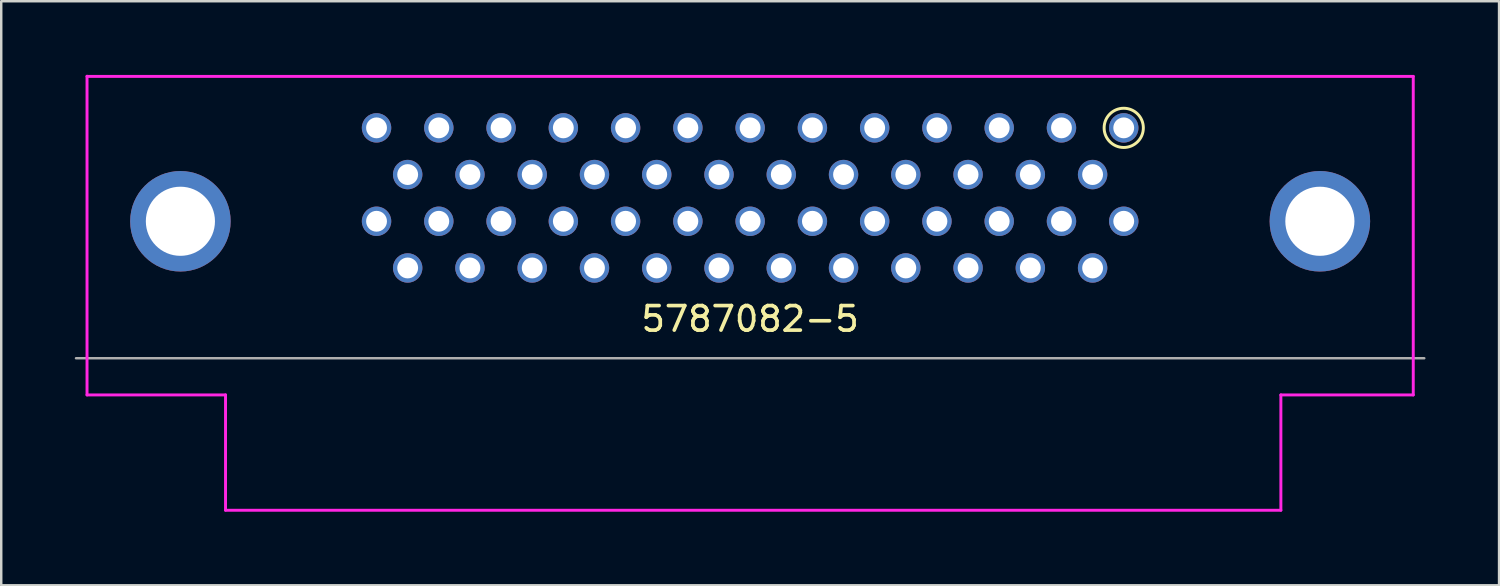
<source format=kicad_pcb>
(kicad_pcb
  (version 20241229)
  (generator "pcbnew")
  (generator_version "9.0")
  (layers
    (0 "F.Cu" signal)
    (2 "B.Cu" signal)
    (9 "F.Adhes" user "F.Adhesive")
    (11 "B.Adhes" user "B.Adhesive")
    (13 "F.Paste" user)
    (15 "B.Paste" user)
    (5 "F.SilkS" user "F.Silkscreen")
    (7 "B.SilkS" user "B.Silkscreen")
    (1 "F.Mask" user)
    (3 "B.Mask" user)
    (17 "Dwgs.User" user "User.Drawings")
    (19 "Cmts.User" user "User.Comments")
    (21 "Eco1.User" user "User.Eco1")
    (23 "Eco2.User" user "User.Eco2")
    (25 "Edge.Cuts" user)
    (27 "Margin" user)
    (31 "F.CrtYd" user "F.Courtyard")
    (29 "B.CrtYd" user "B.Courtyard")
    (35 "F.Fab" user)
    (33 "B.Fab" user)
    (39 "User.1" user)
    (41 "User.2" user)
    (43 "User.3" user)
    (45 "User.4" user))
  (footprint "5787082-5"
    (layer "F.Cu")
    (at 27.55 4.96)
    (property "Reference" "5787082-5" (at 0 5 0) (unlocked yes) (layer "F.SilkS") (effects (font (size 1 1) (thickness 0.15))))
    (attr through_hole)
    (fp_circle (center 15.24 -2.794) (end 14.44 -2.794) (stroke (width 0.12) (type default)) (fill no) (layer "F.SilkS"))
    (fp_line (start -27.05 -4.894) (end 27.05 -4.894) (stroke (width 0.12) (type default)) (layer "F.CrtYd"))
    (fp_line (start -27.05 8.1) (end -27.05 -4.9) (stroke (width 0.12) (type default)) (layer "F.CrtYd"))
    (fp_line (start -27.05 8.1) (end -21.4 8.1) (stroke (width 0.12) (type default)) (layer "F.CrtYd"))
    (fp_line (start -21.4 8.1) (end -21.4 12.8) (stroke (width 0.12) (type default)) (layer "F.CrtYd"))
    (fp_line (start -21.4 12.806) (end 21.65 12.806) (stroke (width 0.12) (type default)) (layer "F.CrtYd"))
    (fp_line (start 21.65 12.8) (end 21.65 8.1) (stroke (width 0.12) (type default)) (layer "F.CrtYd"))
    (fp_line (start 21.65 8.1) (end 27.05 8.1) (stroke (width 0.12) (type default)) (layer "F.CrtYd"))
    (fp_line (start 27.05 -4.894) (end 27.05 8.1) (stroke (width 0.12) (type default)) (layer "F.CrtYd"))
    (fp_line (start -27.5 6.604) (end 27.5 6.604) (stroke (width 0.1) (type default)) (layer "F.Fab"))
    (pad "1" thru_hole circle (at 15.24 -2.794 180) (size 1.2 1.2) (drill 0.85) (layers "*.Cu" "*.Mask") (remove_unused_layers yes) (keep_end_layers yes) (zone_layer_connections))
    (pad "2" thru_hole circle (at 13.97 -0.889 180) (size 1.2 1.2) (drill 0.85) (layers "*.Cu" "*.Mask") (remove_unused_layers yes) (keep_end_layers yes) (zone_layer_connections))
    (pad "3" thru_hole circle (at 12.7 -2.794 180) (size 1.2 1.2) (drill 0.85) (layers "*.Cu" "*.Mask") (remove_unused_layers yes) (keep_end_layers yes) (zone_layer_connections))
    (pad "4" thru_hole circle (at 11.43 -0.889 180) (size 1.2 1.2) (drill 0.85) (layers "*.Cu" "*.Mask") (remove_unused_layers yes) (keep_end_layers yes) (zone_layer_connections))
    (pad "5" thru_hole circle (at 10.16 -2.794 180) (size 1.2 1.2) (drill 0.85) (layers "*.Cu" "*.Mask") (remove_unused_layers yes) (keep_end_layers yes) (zone_layer_connections))
    (pad "6" thru_hole circle (at 8.89 -0.889 180) (size 1.2 1.2) (drill 0.85) (layers "*.Cu" "*.Mask") (remove_unused_layers yes) (keep_end_layers yes) (zone_layer_connections))
    (pad "7" thru_hole circle (at 7.62 -2.794 180) (size 1.2 1.2) (drill 0.85) (layers "*.Cu" "*.Mask") (remove_unused_layers yes) (keep_end_layers yes) (zone_layer_connections))
    (pad "8" thru_hole circle (at 6.35 -0.889 180) (size 1.2 1.2) (drill 0.85) (layers "*.Cu" "*.Mask") (remove_unused_layers yes) (keep_end_layers yes) (zone_layer_connections))
    (pad "9" thru_hole circle (at 5.08 -2.794 180) (size 1.2 1.2) (drill 0.85) (layers "*.Cu" "*.Mask") (remove_unused_layers yes) (keep_end_layers yes) (zone_layer_connections))
    (pad "10" thru_hole circle (at 3.81 -0.889 180) (size 1.2 1.2) (drill 0.85) (layers "*.Cu" "*.Mask") (remove_unused_layers yes) (keep_end_layers yes) (zone_layer_connections))
    (pad "11" thru_hole circle (at 2.54 -2.794 180) (size 1.2 1.2) (drill 0.85) (layers "*.Cu" "*.Mask") (remove_unused_layers yes) (keep_end_layers yes) (zone_layer_connections))
    (pad "12" thru_hole circle (at 1.27 -0.889 180) (size 1.2 1.2) (drill 0.85) (layers "*.Cu" "*.Mask") (remove_unused_layers yes) (keep_end_layers yes) (zone_layer_connections))
    (pad "13" thru_hole circle (at 0 -2.794 180) (size 1.2 1.2) (drill 0.85) (layers "*.Cu" "*.Mask") (remove_unused_layers yes) (keep_end_layers yes) (zone_layer_connections))
    (pad "14" thru_hole circle (at -1.27 -0.889 180) (size 1.2 1.2) (drill 0.85) (layers "*.Cu" "*.Mask") (remove_unused_layers yes) (keep_end_layers yes) (zone_layer_connections))
    (pad "15" thru_hole circle (at -2.54 -2.794 180) (size 1.2 1.2) (drill 0.85) (layers "*.Cu" "*.Mask") (remove_unused_layers yes) (keep_end_layers yes) (zone_layer_connections))
    (pad "16" thru_hole circle (at -3.81 -0.889 180) (size 1.2 1.2) (drill 0.85) (layers "*.Cu" "*.Mask") (remove_unused_layers yes) (keep_end_layers yes) (zone_layer_connections))
    (pad "17" thru_hole circle (at -5.08 -2.794 180) (size 1.2 1.2) (drill 0.85) (layers "*.Cu" "*.Mask") (remove_unused_layers yes) (keep_end_layers yes) (zone_layer_connections))
    (pad "18" thru_hole circle (at -6.35 -0.889 180) (size 1.2 1.2) (drill 0.85) (layers "*.Cu" "*.Mask") (remove_unused_layers yes) (keep_end_layers yes) (zone_layer_connections))
    (pad "19" thru_hole circle (at -7.62 -2.794 180) (size 1.2 1.2) (drill 0.85) (layers "*.Cu" "*.Mask") (remove_unused_layers yes) (keep_end_layers yes) (zone_layer_connections))
    (pad "20" thru_hole circle (at -8.89 -0.889 180) (size 1.2 1.2) (drill 0.85) (layers "*.Cu" "*.Mask") (remove_unused_layers yes) (keep_end_layers yes) (zone_layer_connections))
    (pad "21" thru_hole circle (at -10.16 -2.794 180) (size 1.2 1.2) (drill 0.85) (layers "*.Cu" "*.Mask") (remove_unused_layers yes) (keep_end_layers yes) (zone_layer_connections))
    (pad "22" thru_hole circle (at -11.43 -0.889 180) (size 1.2 1.2) (drill 0.85) (layers "*.Cu" "*.Mask") (remove_unused_layers yes) (keep_end_layers yes) (zone_layer_connections))
    (pad "23" thru_hole circle (at -12.7 -2.794 180) (size 1.2 1.2) (drill 0.85) (layers "*.Cu" "*.Mask") (remove_unused_layers yes) (keep_end_layers yes) (zone_layer_connections))
    (pad "24" thru_hole circle (at -13.97 -0.889 180) (size 1.2 1.2) (drill 0.85) (layers "*.Cu" "*.Mask") (remove_unused_layers yes) (keep_end_layers yes) (zone_layer_connections))
    (pad "25" thru_hole circle (at -15.24 -2.794 180) (size 1.2 1.2) (drill 0.85) (layers "*.Cu" "*.Mask") (remove_unused_layers yes) (keep_end_layers yes) (zone_layer_connections))
    (pad "26" thru_hole circle (at 15.24 1.016 180) (size 1.2 1.2) (drill 0.85) (layers "*.Cu" "*.Mask") (remove_unused_layers yes) (keep_end_layers yes) (zone_layer_connections))
    (pad "27" thru_hole circle (at 13.97 2.921 180) (size 1.2 1.2) (drill 0.85) (layers "*.Cu" "*.Mask") (remove_unused_layers yes) (keep_end_layers yes) (zone_layer_connections))
    (pad "28" thru_hole circle (at 12.7 1.016 180) (size 1.2 1.2) (drill 0.85) (layers "*.Cu" "*.Mask") (remove_unused_layers yes) (keep_end_layers yes) (zone_layer_connections))
    (pad "29" thru_hole circle (at 11.43 2.921 180) (size 1.2 1.2) (drill 0.85) (layers "*.Cu" "*.Mask") (remove_unused_layers yes) (keep_end_layers yes) (zone_layer_connections))
    (pad "30" thru_hole circle (at 10.16 1.016 180) (size 1.2 1.2) (drill 0.85) (layers "*.Cu" "*.Mask") (remove_unused_layers yes) (keep_end_layers yes) (zone_layer_connections))
    (pad "31" thru_hole circle (at 8.89 2.921 180) (size 1.2 1.2) (drill 0.85) (layers "*.Cu" "*.Mask") (remove_unused_layers yes) (keep_end_layers yes) (zone_layer_connections))
    (pad "32" thru_hole circle (at 7.62 1.016 180) (size 1.2 1.2) (drill 0.85) (layers "*.Cu" "*.Mask") (remove_unused_layers yes) (keep_end_layers yes) (zone_layer_connections))
    (pad "33" thru_hole circle (at 6.35 2.921 180) (size 1.2 1.2) (drill 0.85) (layers "*.Cu" "*.Mask") (remove_unused_layers yes) (keep_end_layers yes) (zone_layer_connections))
    (pad "34" thru_hole circle (at 5.08 1.016 180) (size 1.2 1.2) (drill 0.85) (layers "*.Cu" "*.Mask") (remove_unused_layers yes) (keep_end_layers yes) (zone_layer_connections))
    (pad "35" thru_hole circle (at 3.81 2.921 180) (size 1.2 1.2) (drill 0.85) (layers "*.Cu" "*.Mask") (remove_unused_layers yes) (keep_end_layers yes) (zone_layer_connections))
    (pad "36" thru_hole circle (at 2.54 1.016 180) (size 1.2 1.2) (drill 0.85) (layers "*.Cu" "*.Mask") (remove_unused_layers yes) (keep_end_layers yes) (zone_layer_connections))
    (pad "37" thru_hole circle (at 1.27 2.921 180) (size 1.2 1.2) (drill 0.85) (layers "*.Cu" "*.Mask") (remove_unused_layers yes) (keep_end_layers yes) (zone_layer_connections))
    (pad "38" thru_hole circle (at 0 1.016 180) (size 1.2 1.2) (drill 0.85) (layers "*.Cu" "*.Mask") (remove_unused_layers yes) (keep_end_layers yes) (zone_layer_connections))
    (pad "39" thru_hole circle (at -1.27 2.921 180) (size 1.2 1.2) (drill 0.85) (layers "*.Cu" "*.Mask") (remove_unused_layers yes) (keep_end_layers yes) (zone_layer_connections))
    (pad "40" thru_hole circle (at -2.54 1.016 180) (size 1.2 1.2) (drill 0.85) (layers "*.Cu" "*.Mask") (remove_unused_layers yes) (keep_end_layers yes) (zone_layer_connections))
    (pad "41" thru_hole circle (at -3.81 2.921 180) (size 1.2 1.2) (drill 0.85) (layers "*.Cu" "*.Mask") (remove_unused_layers yes) (keep_end_layers yes) (zone_layer_connections))
    (pad "42" thru_hole circle (at -5.08 1.016 180) (size 1.2 1.2) (drill 0.85) (layers "*.Cu" "*.Mask") (remove_unused_layers yes) (keep_end_layers yes) (zone_layer_connections))
    (pad "43" thru_hole circle (at -6.35 2.921 180) (size 1.2 1.2) (drill 0.85) (layers "*.Cu" "*.Mask") (remove_unused_layers yes) (keep_end_layers yes) (zone_layer_connections))
    (pad "44" thru_hole circle (at -7.62 1.016 180) (size 1.2 1.2) (drill 0.85) (layers "*.Cu" "*.Mask") (remove_unused_layers yes) (keep_end_layers yes) (zone_layer_connections))
    (pad "45" thru_hole circle (at -8.89 2.921 180) (size 1.2 1.2) (drill 0.85) (layers "*.Cu" "*.Mask") (remove_unused_layers yes) (keep_end_layers yes) (zone_layer_connections))
    (pad "46" thru_hole circle (at -10.16 1.016 180) (size 1.2 1.2) (drill 0.85) (layers "*.Cu" "*.Mask") (remove_unused_layers yes) (keep_end_layers yes) (zone_layer_connections))
    (pad "47" thru_hole circle (at -11.43 2.921 180) (size 1.2 1.2) (drill 0.85) (layers "*.Cu" "*.Mask") (remove_unused_layers yes) (keep_end_layers yes) (zone_layer_connections))
    (pad "48" thru_hole circle (at -12.7 1.016 180) (size 1.2 1.2) (drill 0.85) (layers "*.Cu" "*.Mask") (remove_unused_layers yes) (keep_end_layers yes) (zone_layer_connections))
    (pad "49" thru_hole circle (at -13.97 2.921 180) (size 1.2 1.2) (drill 0.85) (layers "*.Cu" "*.Mask") (remove_unused_layers yes) (keep_end_layers yes) (zone_layer_connections))
    (pad "50" thru_hole circle (at -15.24 1.016 180) (size 1.2 1.2) (drill 0.85) (layers "*.Cu" "*.Mask") (remove_unused_layers yes) (keep_end_layers yes) (zone_layer_connections))
    (pad "SHIELD" thru_hole circle (at -23.241 1.016 180) (size 4.1 4.1) (drill 2.82) (layers "*.Cu" "*.Mask") (remove_unused_layers yes) (keep_end_layers yes) (zone_layer_connections))
    (pad "SHIELD" thru_hole circle (at 23.241 1.016 180) (size 4.1 4.1) (drill 2.82) (layers "*.Cu" "*.Mask") (remove_unused_layers yes) (keep_end_layers yes) (zone_layer_connections)))
  (gr_rect
    (start -3 -3)
    (end 58.1 20.826)
    (stroke (width 0.1) (type default))
    (fill no)
    (layer "Edge.Cuts")))
</source>
